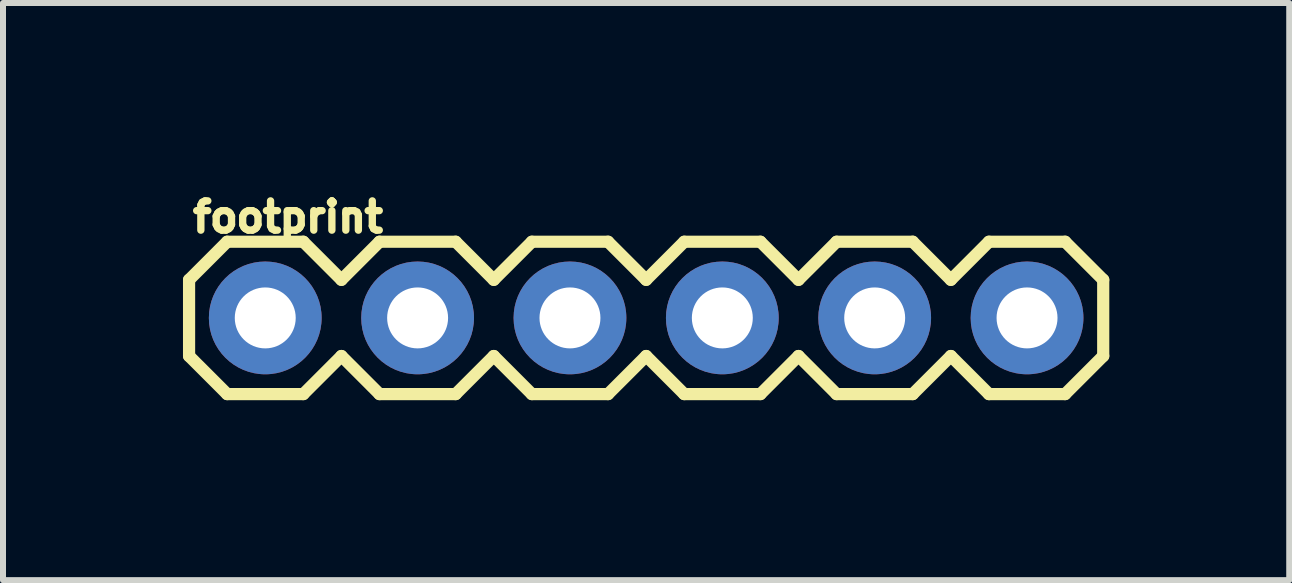
<source format=kicad_pcb>
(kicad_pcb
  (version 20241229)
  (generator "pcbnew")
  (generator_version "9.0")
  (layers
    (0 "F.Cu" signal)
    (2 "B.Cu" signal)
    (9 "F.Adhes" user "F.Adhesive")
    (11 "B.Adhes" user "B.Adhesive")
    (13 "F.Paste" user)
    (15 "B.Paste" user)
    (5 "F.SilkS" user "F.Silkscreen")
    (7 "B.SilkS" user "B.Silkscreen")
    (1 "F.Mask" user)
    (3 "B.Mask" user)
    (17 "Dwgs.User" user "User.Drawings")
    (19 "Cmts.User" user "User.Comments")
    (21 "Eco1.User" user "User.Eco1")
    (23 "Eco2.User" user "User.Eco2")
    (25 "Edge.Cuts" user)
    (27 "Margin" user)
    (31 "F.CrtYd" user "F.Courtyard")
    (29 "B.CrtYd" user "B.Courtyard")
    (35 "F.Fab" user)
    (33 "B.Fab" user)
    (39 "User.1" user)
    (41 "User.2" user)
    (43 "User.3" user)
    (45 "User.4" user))
  (footprint "footprint"
    (layer "F.Cu")
    (at 1.372 2.25)
    (property "Reference" "footprint" (at -1.27 -1.397 0) (layer "F.SilkS") (effects (font (size 0.488 0.488) (thickness 0.122)) (justify left bottom)))
    (fp_line (start -1.27 -0.635) (end -1.27 0.635) (stroke (width 0.203) (type solid)) (layer "F.SilkS"))
    (fp_line (start -1.27 0.635) (end -0.635 1.27) (stroke (width 0.203) (type solid)) (layer "F.SilkS"))
    (fp_line (start -0.635 -1.27) (end -1.27 -0.635) (stroke (width 0.203) (type solid)) (layer "F.SilkS"))
    (fp_line (start -0.635 -1.27) (end 0.635 -1.27) (stroke (width 0.203) (type solid)) (layer "F.SilkS"))
    (fp_line (start 0.635 -1.27) (end 1.27 -0.635) (stroke (width 0.203) (type solid)) (layer "F.SilkS"))
    (fp_line (start 0.635 1.27) (end -0.635 1.27) (stroke (width 0.203) (type solid)) (layer "F.SilkS"))
    (fp_line (start 1.27 -0.635) (end 1.905 -1.27) (stroke (width 0.203) (type solid)) (layer "F.SilkS"))
    (fp_line (start 1.27 0.635) (end 0.635 1.27) (stroke (width 0.203) (type solid)) (layer "F.SilkS"))
    (fp_line (start 1.905 -1.27) (end 3.175 -1.27) (stroke (width 0.203) (type solid)) (layer "F.SilkS"))
    (fp_line (start 1.905 1.27) (end 1.27 0.635) (stroke (width 0.203) (type solid)) (layer "F.SilkS"))
    (fp_line (start 3.175 -1.27) (end 3.81 -0.635) (stroke (width 0.203) (type solid)) (layer "F.SilkS"))
    (fp_line (start 3.175 1.27) (end 1.905 1.27) (stroke (width 0.203) (type solid)) (layer "F.SilkS"))
    (fp_line (start 3.81 -0.635) (end 4.445 -1.27) (stroke (width 0.203) (type solid)) (layer "F.SilkS"))
    (fp_line (start 3.81 0.635) (end 3.175 1.27) (stroke (width 0.203) (type solid)) (layer "F.SilkS"))
    (fp_line (start 4.445 -1.27) (end 5.715 -1.27) (stroke (width 0.203) (type solid)) (layer "F.SilkS"))
    (fp_line (start 4.445 1.27) (end 3.81 0.635) (stroke (width 0.203) (type solid)) (layer "F.SilkS"))
    (fp_line (start 5.715 -1.27) (end 6.35 -0.635) (stroke (width 0.203) (type solid)) (layer "F.SilkS"))
    (fp_line (start 5.715 1.27) (end 4.445 1.27) (stroke (width 0.203) (type solid)) (layer "F.SilkS"))
    (fp_line (start 6.35 0.635) (end 5.715 1.27) (stroke (width 0.203) (type solid)) (layer "F.SilkS"))
    (fp_line (start 6.35 0.635) (end 6.985 1.27) (stroke (width 0.203) (type solid)) (layer "F.SilkS"))
    (fp_line (start 6.985 -1.27) (end 6.35 -0.635) (stroke (width 0.203) (type solid)) (layer "F.SilkS"))
    (fp_line (start 6.985 -1.27) (end 8.255 -1.27) (stroke (width 0.203) (type solid)) (layer "F.SilkS"))
    (fp_line (start 8.255 -1.27) (end 8.89 -0.635) (stroke (width 0.203) (type solid)) (layer "F.SilkS"))
    (fp_line (start 8.255 1.27) (end 6.985 1.27) (stroke (width 0.203) (type solid)) (layer "F.SilkS"))
    (fp_line (start 8.89 -0.635) (end 9.525 -1.27) (stroke (width 0.203) (type solid)) (layer "F.SilkS"))
    (fp_line (start 8.89 0.635) (end 8.255 1.27) (stroke (width 0.203) (type solid)) (layer "F.SilkS"))
    (fp_line (start 9.525 -1.27) (end 10.795 -1.27) (stroke (width 0.203) (type solid)) (layer "F.SilkS"))
    (fp_line (start 9.525 1.27) (end 8.89 0.635) (stroke (width 0.203) (type solid)) (layer "F.SilkS"))
    (fp_line (start 10.795 -1.27) (end 11.43 -0.635) (stroke (width 0.203) (type solid)) (layer "F.SilkS"))
    (fp_line (start 10.795 1.27) (end 9.525 1.27) (stroke (width 0.203) (type solid)) (layer "F.SilkS"))
    (fp_line (start 11.43 -0.635) (end 12.065 -1.27) (stroke (width 0.203) (type solid)) (layer "F.SilkS"))
    (fp_line (start 11.43 0.635) (end 10.795 1.27) (stroke (width 0.203) (type solid)) (layer "F.SilkS"))
    (fp_line (start 12.065 -1.27) (end 13.335 -1.27) (stroke (width 0.203) (type solid)) (layer "F.SilkS"))
    (fp_line (start 12.065 1.27) (end 11.43 0.635) (stroke (width 0.203) (type solid)) (layer "F.SilkS"))
    (fp_line (start 13.335 -1.27) (end 13.97 -0.635) (stroke (width 0.203) (type solid)) (layer "F.SilkS"))
    (fp_line (start 13.335 1.27) (end 12.065 1.27) (stroke (width 0.203) (type solid)) (layer "F.SilkS"))
    (fp_line (start 13.97 -0.635) (end 13.97 0.635) (stroke (width 0.203) (type solid)) (layer "F.SilkS"))
    (fp_line (start 13.97 0.635) (end 13.335 1.27) (stroke (width 0.203) (type solid)) (layer "F.SilkS"))
    (fp_poly (pts (xy -0.254 0.254) (xy 0.254 0.254) (xy 0.254 -0.254) (xy -0.254 -0.254)) (stroke (width 0.1) (type solid)) (fill no) (layer "F.Fab"))
    (fp_poly (pts (xy 2.286 0.254) (xy 2.794 0.254) (xy 2.794 -0.254) (xy 2.286 -0.254)) (stroke (width 0.1) (type solid)) (fill no) (layer "F.Fab"))
    (fp_poly (pts (xy 4.826 0.254) (xy 5.334 0.254) (xy 5.334 -0.254) (xy 4.826 -0.254)) (stroke (width 0.1) (type solid)) (fill no) (layer "F.Fab"))
    (fp_poly (pts (xy 7.366 0.254) (xy 7.874 0.254) (xy 7.874 -0.254) (xy 7.366 -0.254)) (stroke (width 0.1) (type solid)) (fill no) (layer "F.Fab"))
    (fp_poly (pts (xy 9.906 0.254) (xy 10.414 0.254) (xy 10.414 -0.254) (xy 9.906 -0.254)) (stroke (width 0.1) (type solid)) (fill no) (layer "F.Fab"))
    (fp_poly (pts (xy 12.446 0.254) (xy 12.954 0.254) (xy 12.954 -0.254) (xy 12.446 -0.254)) (stroke (width 0.1) (type solid)) (fill no) (layer "F.Fab"))
    (pad "1" thru_hole circle (at 0 0 90) (size 1.88 1.88) (drill 1.016) (layers "*.Cu" "*.Mask"))
    (pad "2" thru_hole circle (at 2.54 0 90) (size 1.88 1.88) (drill 1.016) (layers "*.Cu" "*.Mask"))
    (pad "3" thru_hole circle (at 5.08 0 90) (size 1.88 1.88) (drill 1.016) (layers "*.Cu" "*.Mask"))
    (pad "4" thru_hole circle (at 7.62 0 90) (size 1.88 1.88) (drill 1.016) (layers "*.Cu" "*.Mask"))
    (pad "5" thru_hole circle (at 10.16 0 90) (size 1.88 1.88) (drill 1.016) (layers "*.Cu" "*.Mask"))
    (pad "6" thru_hole circle (at 12.7 0 90) (size 1.88 1.88) (drill 1.016) (layers "*.Cu" "*.Mask")))
  (gr_rect
    (start -3 -3)
    (end 18.443 6.622)
    (stroke (width 0.1) (type default))
    (fill no)
    (layer "Edge.Cuts")))
</source>
